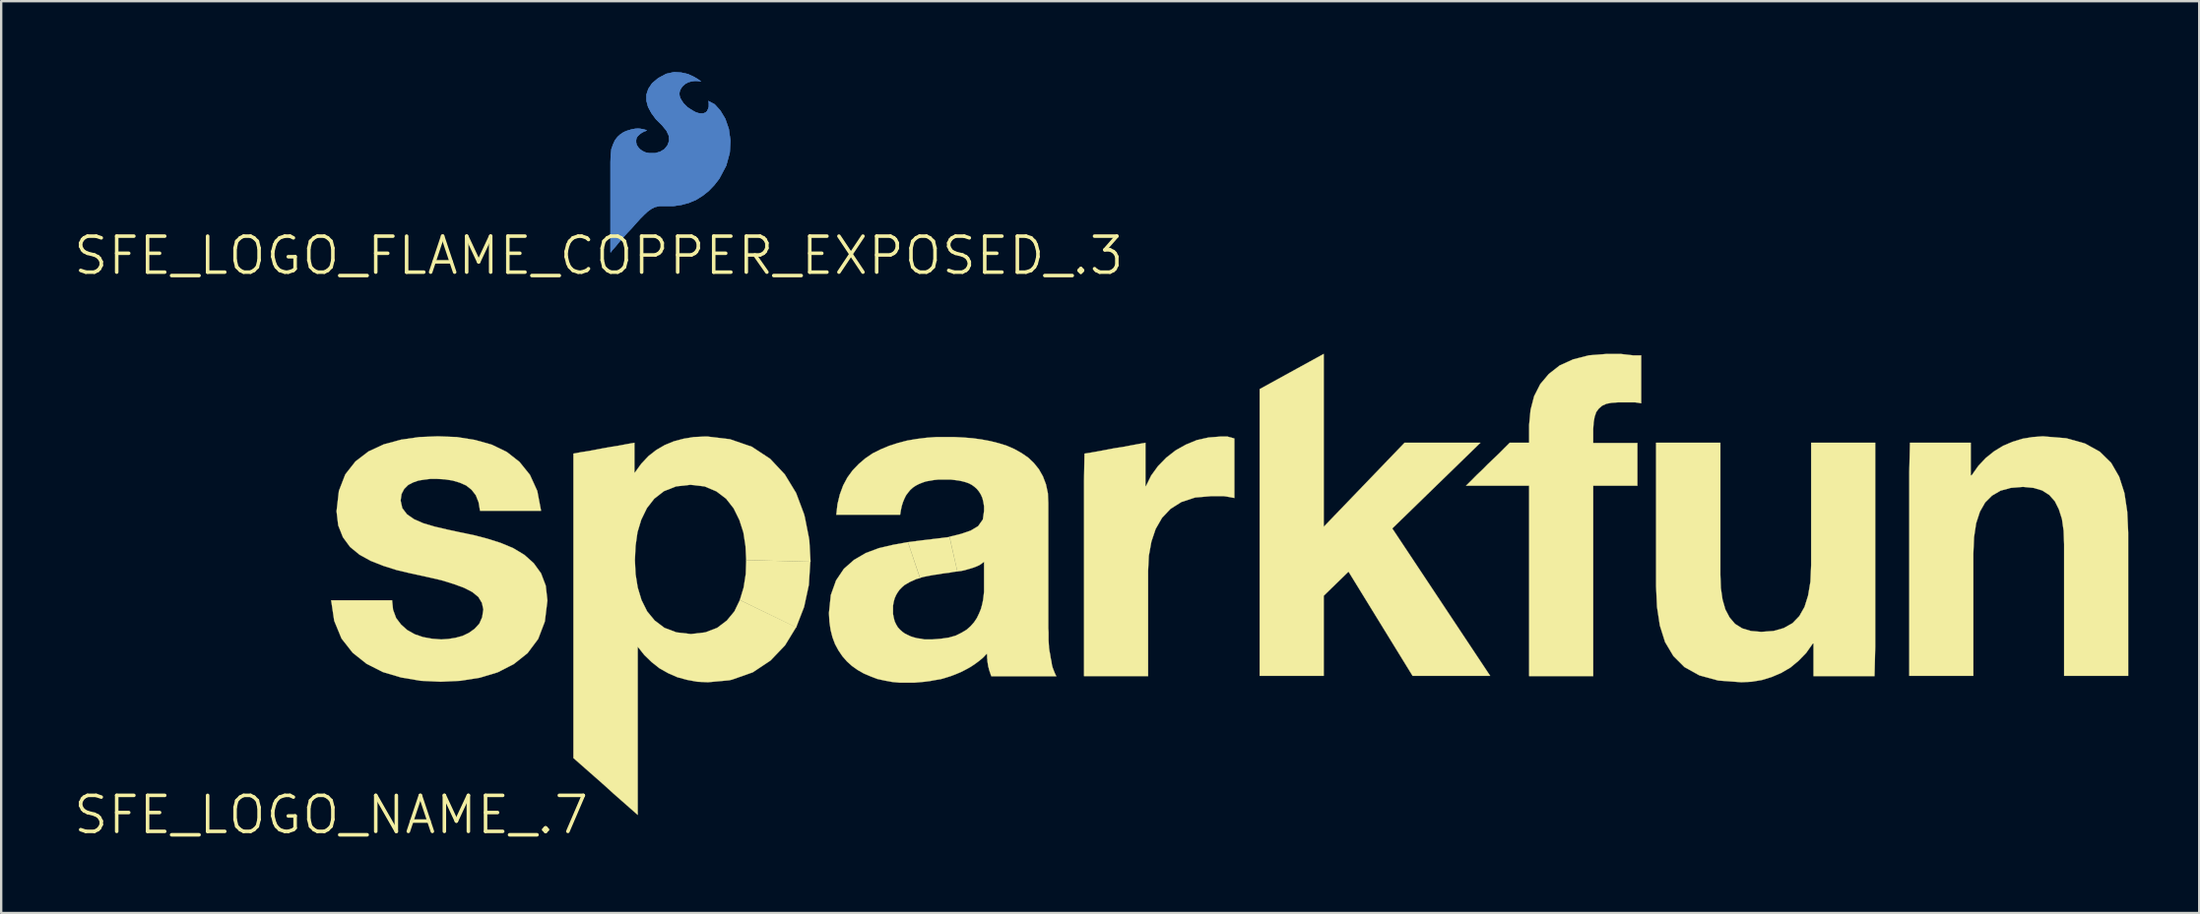
<source format=kicad_pcb>
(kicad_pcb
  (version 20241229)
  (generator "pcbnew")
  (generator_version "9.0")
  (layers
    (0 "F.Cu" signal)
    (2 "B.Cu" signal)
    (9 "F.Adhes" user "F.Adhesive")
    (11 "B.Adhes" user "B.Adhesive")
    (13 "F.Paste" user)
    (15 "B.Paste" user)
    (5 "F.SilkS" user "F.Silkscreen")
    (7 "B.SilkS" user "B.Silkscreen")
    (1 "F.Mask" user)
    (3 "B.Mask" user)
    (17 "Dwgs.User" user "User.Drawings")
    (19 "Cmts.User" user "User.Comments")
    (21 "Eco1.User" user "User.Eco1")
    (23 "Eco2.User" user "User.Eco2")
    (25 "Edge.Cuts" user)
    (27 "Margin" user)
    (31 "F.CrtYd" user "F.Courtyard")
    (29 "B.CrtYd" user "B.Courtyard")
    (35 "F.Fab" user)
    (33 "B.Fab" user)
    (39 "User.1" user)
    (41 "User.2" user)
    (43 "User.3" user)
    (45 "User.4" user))
  (footprint "SFE_LOGO_NAME_.7"
    (layer "F.Cu")
    (at 10.958 31.455)
    (property "Reference" "SFE_LOGO_NAME_.7" (at 0 0 0) (layer "F.SilkS") (effects (font (size 1.524 1.524) (thickness 0.15))))
    (attr exclude_from_pos_files exclude_from_bom)
    (fp_poly (pts (xy 17.29 -9.098) (xy 17.45 -9.629) (xy 17.539 -10.198) (xy 17.559 -10.79) (xy 20.269 -10.719) (xy 20.208 -9.738) (xy 20.008 -8.809) (xy 19.67 -7.938)) (stroke (width 0.01) (type solid)) (fill yes) (layer "F.SilkS"))
    (fp_poly (pts (xy 39.279 -18.029) (xy 41.989 -19.52) (xy 41.989 -12.2) (xy 45.408 -15.758) (xy 48.618 -15.758) (xy 44.889 -12.129) (xy 49.03 -5.888) (xy 45.748 -5.888) (xy 43.038 -10.3) (xy 41.989 -9.279) (xy 41.989 -5.888) (xy 39.279 -5.888)) (stroke (width 0.01) (type solid)) (fill yes) (layer "F.SilkS"))
    (fp_poly (pts (xy 24.399 -11.549) (xy 25.009 -11.628) (xy 25.608 -11.699) (xy 26.159 -11.768) (xy 26.49 -10.31) (xy 26.33 -10.29) (xy 26.17 -10.259) (xy 26.01 -10.239) (xy 25.85 -10.218) (xy 25.69 -10.188) (xy 25.53 -10.168) (xy 25.37 -10.14) (xy 25.209 -10.109) (xy 25.06 -10.079) (xy 24.91 -10.038)) (stroke (width 0.01) (type solid)) (fill yes) (layer "F.SilkS"))
    (fp_poly (pts (xy 31.869 -15.298) (xy 32.189 -15.349) (xy 32.52 -15.408) (xy 32.84 -15.469) (xy 33.16 -15.53) (xy 33.48 -15.578) (xy 33.8 -15.639) (xy 34.13 -15.7) (xy 34.447 -15.758) (xy 34.447 -13.919) (xy 34.468 -13.919) (xy 34.689 -14.369) (xy 34.978 -14.768) (xy 35.329 -15.128) (xy 35.728 -15.438) (xy 36.159 -15.679) (xy 36.619 -15.87) (xy 37.109 -15.979) (xy 37.62 -16.02) (xy 37.92 -16.02) (xy 37.988 -15.999) (xy 38.07 -15.979) (xy 38.138 -15.959) (xy 38.209 -15.938) (xy 38.209 -13.419) (xy 38.108 -13.439) (xy 37.998 -13.459) (xy 37.879 -13.48) (xy 37.749 -13.498) (xy 37.239 -13.498) (xy 36.548 -13.439) (xy 35.969 -13.249) (xy 35.509 -12.959) (xy 35.149 -12.578) (xy 34.879 -12.108) (xy 34.699 -11.57) (xy 34.59 -10.968) (xy 34.559 -10.328) (xy 34.559 -5.878) (xy 31.849 -5.878) (xy 31.849 -14.12)) (stroke (width 0.01) (type solid)) (fill yes) (layer "F.SilkS"))
    (fp_poly (pts (xy 65.288 -5.878) (xy 62.708 -5.878) (xy 62.708 -7.259) (xy 62.68 -7.259) (xy 62.398 -6.858) (xy 62.078 -6.528) (xy 61.73 -6.238) (xy 61.338 -6.01) (xy 60.94 -5.839) (xy 60.518 -5.71) (xy 60.089 -5.639) (xy 59.66 -5.618) (xy 58.679 -5.69) (xy 57.879 -5.908) (xy 57.249 -6.259) (xy 56.779 -6.728) (xy 56.429 -7.318) (xy 56.208 -8.019) (xy 56.088 -8.809) (xy 56.048 -9.68) (xy 56.048 -15.758) (xy 58.768 -15.758) (xy 58.768 -10.178) (xy 58.788 -9.609) (xy 58.859 -9.119) (xy 58.979 -8.7) (xy 59.159 -8.359) (xy 59.388 -8.09) (xy 59.69 -7.899) (xy 60.058 -7.788) (xy 60.498 -7.75) (xy 61.018 -7.788) (xy 61.448 -7.91) (xy 61.819 -8.118) (xy 62.108 -8.418) (xy 62.329 -8.809) (xy 62.479 -9.289) (xy 62.578 -9.878) (xy 62.608 -10.579) (xy 62.608 -15.758) (xy 65.319 -15.758) (xy 65.319 -7.12)) (stroke (width 0.01) (type solid)) (fill yes) (layer "F.SilkS"))
    (fp_poly (pts (xy 66.789 -15.758) (xy 69.36 -15.758) (xy 69.36 -14.379) (xy 69.398 -14.379) (xy 69.68 -14.778) (xy 70 -15.118) (xy 70.348 -15.397) (xy 70.729 -15.629) (xy 71.128 -15.799) (xy 71.549 -15.928) (xy 71.979 -15.999) (xy 72.408 -16.03) (xy 73.398 -15.949) (xy 74.188 -15.728) (xy 74.818 -15.38) (xy 75.298 -14.91) (xy 75.639 -14.318) (xy 75.86 -13.63) (xy 75.979 -12.84) (xy 76.02 -11.958) (xy 76.02 -5.888) (xy 73.309 -5.888) (xy 73.309 -11.458) (xy 73.289 -12.029) (xy 73.218 -12.53) (xy 73.088 -12.939) (xy 72.918 -13.279) (xy 72.68 -13.548) (xy 72.38 -13.739) (xy 72.009 -13.848) (xy 71.57 -13.889) (xy 71.059 -13.848) (xy 70.62 -13.729) (xy 70.259 -13.518) (xy 69.969 -13.228) (xy 69.748 -12.84) (xy 69.588 -12.349) (xy 69.499 -11.758) (xy 69.469 -11.059) (xy 69.469 -5.888) (xy 66.759 -5.888) (xy 66.759 -14.519)) (stroke (width 0.01) (type solid)) (fill yes) (layer "F.SilkS"))
    (fp_poly (pts (xy 50.678 -13.94) (xy 48.009 -13.94) (xy 48.24 -14.168) (xy 48.468 -14.399) (xy 48.699 -14.618) (xy 48.928 -14.849) (xy 49.169 -15.08) (xy 49.398 -15.298) (xy 49.629 -15.53) (xy 49.858 -15.758) (xy 50.678 -15.758) (xy 50.678 -16.51) (xy 50.739 -17.148) (xy 50.889 -17.729) (xy 51.148 -18.24) (xy 51.509 -18.669) (xy 51.968 -19.03) (xy 52.54 -19.289) (xy 53.208 -19.459) (xy 53.988 -19.52) (xy 54.529 -19.52) (xy 54.709 -19.5) (xy 54.889 -19.479) (xy 55.07 -19.459) (xy 55.418 -19.459) (xy 55.418 -17.429) (xy 55.298 -17.45) (xy 55.169 -17.468) (xy 54.43 -17.468) (xy 54.168 -17.45) (xy 53.95 -17.409) (xy 53.769 -17.328) (xy 53.63 -17.209) (xy 53.518 -17.059) (xy 53.449 -16.858) (xy 53.409 -16.629) (xy 53.388 -16.34) (xy 53.388 -15.748) (xy 55.258 -15.748) (xy 55.258 -13.94) (xy 53.388 -13.94) (xy 53.388 -5.878) (xy 50.678 -5.878) (xy 50.678 -12.929)) (stroke (width 0.01) (type solid)) (fill yes) (layer "F.SilkS"))
    (fp_poly (pts (xy 19.67 -7.948) (xy 19.2 -7.178) (xy 18.588 -6.538) (xy 17.838 -6.038) (xy 16.96 -5.728) (xy 16.838 -5.7) (xy 15.938 -5.618) (xy 15.489 -5.639) (xy 15.06 -5.718) (xy 14.648 -5.829) (xy 14.26 -5.999) (xy 13.889 -6.208) (xy 13.559 -6.469) (xy 13.249 -6.769) (xy 12.979 -7.109) (xy 12.969 -7.109) (xy 12.969 0) (xy 12.629 -0.3) (xy 12.289 -0.599) (xy 11.948 -0.899) (xy 11.608 -1.209) (xy 11.27 -1.509) (xy 10.93 -1.808) (xy 10.589 -2.108) (xy 10.249 -2.408) (xy 10.249 -15.298) (xy 10.579 -15.359) (xy 10.899 -15.408) (xy 11.219 -15.469) (xy 11.539 -15.53) (xy 11.869 -15.588) (xy 12.189 -15.639) (xy 12.509 -15.7) (xy 12.83 -15.758) (xy 12.83 -14.498) (xy 12.85 -14.498) (xy 13.119 -14.869) (xy 13.419 -15.189) (xy 13.749 -15.448) (xy 14.11 -15.659) (xy 14.498 -15.819) (xy 14.91 -15.928) (xy 15.339 -15.999) (xy 15.789 -16.02) (xy 15.928 -16.02) (xy 16.868 -15.908) (xy 17.798 -15.588) (xy 18.57 -15.08) (xy 19.19 -14.42) (xy 19.67 -13.63) (xy 20.008 -12.728) (xy 20.038 -12.609) (xy 20.208 -11.748) (xy 20.229 -11.618) (xy 20.279 -10.719) (xy 17.559 -10.79) (xy 17.529 -11.379) (xy 17.44 -11.958) (xy 17.269 -12.489) (xy 17.028 -12.979) (xy 16.708 -13.388) (xy 16.299 -13.698) (xy 15.799 -13.909) (xy 15.199 -13.978) (xy 14.59 -13.909) (xy 14.079 -13.708) (xy 13.668 -13.388) (xy 13.358 -12.99) (xy 13.119 -12.499) (xy 12.959 -11.968) (xy 12.878 -11.389) (xy 12.85 -10.79) (xy 12.878 -10.198) (xy 12.969 -9.629) (xy 13.129 -9.098) (xy 13.368 -8.618) (xy 13.688 -8.23) (xy 14.1 -7.92) (xy 14.608 -7.729) (xy 15.22 -7.658) (xy 15.829 -7.729) (xy 16.33 -7.92) (xy 16.739 -8.23) (xy 17.059 -8.618) (xy 17.29 -9.098)) (stroke (width 0.01) (type solid)) (fill yes) (layer "F.SilkS"))
    (fp_poly (pts (xy 2.578 -9.088) (xy 2.619 -8.689) (xy 2.748 -8.339) (xy 2.959 -8.059) (xy 3.218 -7.828) (xy 3.538 -7.648) (xy 3.889 -7.529) (xy 4.27 -7.46) (xy 4.658 -7.429) (xy 4.958 -7.45) (xy 5.258 -7.498) (xy 5.558 -7.579) (xy 5.829 -7.709) (xy 6.068 -7.879) (xy 6.269 -8.098) (xy 6.388 -8.369) (xy 6.439 -8.7) (xy 6.378 -8.979) (xy 6.228 -9.228) (xy 5.969 -9.439) (xy 5.618 -9.619) (xy 5.179 -9.779) (xy 4.658 -9.939) (xy 4.049 -10.079) (xy 3.358 -10.229) (xy 2.769 -10.368) (xy 2.2 -10.549) (xy 1.669 -10.759) (xy 1.199 -11.019) (xy 0.798 -11.349) (xy 0.498 -11.758) (xy 0.3 -12.258) (xy 0.229 -12.857) (xy 0.328 -13.719) (xy 0.599 -14.42) (xy 1.029 -14.968) (xy 1.58 -15.39) (xy 2.228 -15.69) (xy 2.959 -15.888) (xy 3.729 -15.999) (xy 4.519 -16.03) (xy 5.319 -15.999) (xy 6.078 -15.878) (xy 6.789 -15.679) (xy 7.429 -15.37) (xy 7.968 -14.948) (xy 8.41 -14.399) (xy 8.72 -13.719) (xy 8.88 -12.878) (xy 6.299 -12.878) (xy 6.238 -13.238) (xy 6.119 -13.538) (xy 5.939 -13.769) (xy 5.71 -13.95) (xy 5.438 -14.069) (xy 5.138 -14.158) (xy 4.808 -14.209) (xy 4.448 -14.229) (xy 4.209 -14.229) (xy 3.96 -14.199) (xy 3.698 -14.158) (xy 3.47 -14.079) (xy 3.259 -13.97) (xy 3.089 -13.8) (xy 2.979 -13.589) (xy 2.939 -13.31) (xy 3.01 -12.99) (xy 3.208 -12.728) (xy 3.508 -12.52) (xy 3.899 -12.349) (xy 4.369 -12.21) (xy 4.889 -12.088) (xy 5.438 -11.968) (xy 6.02 -11.849) (xy 6.599 -11.699) (xy 7.168 -11.519) (xy 7.699 -11.298) (xy 8.179 -11.008) (xy 8.57 -10.658) (xy 8.88 -10.229) (xy 9.078 -9.708) (xy 9.149 -9.078) (xy 9.04 -8.189) (xy 8.758 -7.45) (xy 8.308 -6.848) (xy 7.729 -6.388) (xy 7.048 -6.038) (xy 6.289 -5.809) (xy 5.469 -5.679) (xy 4.638 -5.639) (xy 3.79 -5.679) (xy 2.959 -5.819) (xy 2.189 -6.048) (xy 1.499 -6.398) (xy 0.909 -6.868) (xy 0.439 -7.468) (xy 0.13 -8.219) (xy 0 -9.088) (xy 2.248 -9.088)) (stroke (width 0.01) (type solid)) (fill yes) (layer "F.SilkS"))
    (fp_poly (pts (xy 24.91 -10.028) (xy 24.76 -9.99) (xy 24.628 -9.929) (xy 24.488 -9.868) (xy 24.369 -9.799) (xy 24.249 -9.728) (xy 24.148 -9.639) (xy 24.049 -9.538) (xy 23.97 -9.428) (xy 23.899 -9.309) (xy 23.838 -9.169) (xy 23.8 -9.03) (xy 23.769 -8.86) (xy 23.769 -8.509) (xy 23.8 -8.349) (xy 23.838 -8.199) (xy 23.899 -8.07) (xy 23.97 -7.948) (xy 24.059 -7.849) (xy 24.158 -7.76) (xy 24.27 -7.678) (xy 24.389 -7.62) (xy 24.519 -7.559) (xy 24.648 -7.518) (xy 24.798 -7.478) (xy 24.948 -7.46) (xy 25.098 -7.429) (xy 25.428 -7.429) (xy 25.799 -7.46) (xy 26.129 -7.508) (xy 26.419 -7.59) (xy 26.66 -7.709) (xy 26.878 -7.838) (xy 27.048 -7.988) (xy 27.198 -8.158) (xy 27.318 -8.339) (xy 27.409 -8.529) (xy 27.488 -8.72) (xy 27.539 -8.908) (xy 27.579 -9.098) (xy 27.6 -9.268) (xy 27.62 -9.439) (xy 27.62 -10.719) (xy 27.529 -10.648) (xy 27.429 -10.579) (xy 27.318 -10.528) (xy 27.188 -10.477) (xy 27.069 -10.439) (xy 26.929 -10.399) (xy 26.789 -10.358) (xy 26.64 -10.328) (xy 26.49 -10.31) (xy 26.159 -11.778) (xy 26.65 -11.9) (xy 27.059 -12.04) (xy 27.369 -12.228) (xy 27.569 -12.509) (xy 27.62 -12.868) (xy 27.62 -13.068) (xy 27.589 -13.259) (xy 27.549 -13.419) (xy 27.488 -13.559) (xy 27.409 -13.688) (xy 27.318 -13.8) (xy 27.219 -13.889) (xy 27.109 -13.97) (xy 26.98 -14.039) (xy 26.838 -14.089) (xy 26.698 -14.127) (xy 26.548 -14.158) (xy 26.388 -14.178) (xy 26.218 -14.199) (xy 25.679 -14.199) (xy 25.489 -14.178) (xy 25.319 -14.148) (xy 25.159 -14.12) (xy 25.009 -14.069) (xy 24.859 -14.008) (xy 24.729 -13.94) (xy 24.608 -13.858) (xy 24.498 -13.759) (xy 24.409 -13.65) (xy 24.318 -13.528) (xy 24.249 -13.388) (xy 24.188 -13.238) (xy 24.138 -13.078) (xy 24.1 -12.898) (xy 24.069 -12.708) (xy 21.369 -12.708) (xy 21.42 -13.16) (xy 21.519 -13.569) (xy 21.659 -13.95) (xy 21.839 -14.287) (xy 22.06 -14.59) (xy 22.319 -14.859) (xy 22.598 -15.098) (xy 22.908 -15.309) (xy 23.249 -15.479) (xy 23.609 -15.629) (xy 23.978 -15.748) (xy 24.369 -15.85) (xy 24.768 -15.918) (xy 25.179 -15.969) (xy 25.588 -15.999) (xy 26.378 -15.999) (xy 26.759 -15.979) (xy 27.14 -15.949) (xy 27.508 -15.898) (xy 27.879 -15.829) (xy 28.24 -15.738) (xy 28.588 -15.629) (xy 28.908 -15.489) (xy 29.21 -15.319) (xy 29.489 -15.128) (xy 29.728 -14.9) (xy 29.939 -14.638) (xy 30.109 -14.338) (xy 30.239 -13.998) (xy 30.32 -13.619) (xy 30.338 -13.198) (xy 30.338 -7.899) (xy 30.348 -7.729) (xy 30.348 -7.399) (xy 30.358 -7.239) (xy 30.368 -7.079) (xy 30.389 -6.929) (xy 30.419 -6.779) (xy 30.439 -6.64) (xy 30.47 -6.5) (xy 30.488 -6.368) (xy 30.518 -6.248) (xy 30.559 -6.139) (xy 30.599 -6.038) (xy 30.637 -5.949) (xy 30.678 -5.87) (xy 27.93 -5.87) (xy 27.91 -5.918) (xy 27.889 -5.979) (xy 27.869 -6.038) (xy 27.849 -6.099) (xy 27.828 -6.16) (xy 27.818 -6.218) (xy 27.798 -6.279) (xy 27.788 -6.34) (xy 27.78 -6.398) (xy 27.77 -6.459) (xy 27.76 -6.518) (xy 27.76 -6.579) (xy 27.75 -6.64) (xy 27.75 -6.769) (xy 27.739 -6.828) (xy 27.579 -6.66) (xy 27.409 -6.518) (xy 27.219 -6.378) (xy 27.038 -6.259) (xy 26.838 -6.149) (xy 26.64 -6.048) (xy 26.429 -5.959) (xy 26.218 -5.878) (xy 25.999 -5.809) (xy 25.789 -5.748) (xy 25.557 -5.71) (xy 25.339 -5.669) (xy 25.108 -5.639) (xy 24.879 -5.618) (xy 24.648 -5.598) (xy 24.069 -5.598) (xy 23.739 -5.629) (xy 23.409 -5.69) (xy 23.099 -5.758) (xy 22.809 -5.87) (xy 22.53 -5.989) (xy 22.268 -6.139) (xy 22.029 -6.309) (xy 21.819 -6.5) (xy 21.628 -6.718) (xy 21.458 -6.97) (xy 21.318 -7.229) (xy 21.209 -7.518) (xy 21.128 -7.838) (xy 21.079 -8.179) (xy 21.059 -8.55) (xy 21.138 -9.309) (xy 21.359 -9.929) (xy 21.689 -10.419) (xy 22.118 -10.798) (xy 22.619 -11.09) (xy 23.177 -11.298) (xy 23.779 -11.438) (xy 24.399 -11.549)) (stroke (width 0.01) (type solid)) (fill yes) (layer "F.SilkS")))
  (footprint "SFE_LOGO_FLAME_COPPER_EXPOSED_.3"
    (layer "F.Cu")
    (at 22.279 7.775)
    (property "Reference" "SFE_LOGO_FLAME_COPPER_EXPOSED_.3" (at 0 0 0) (layer "F.SilkS") (effects (font (size 1.524 1.524) (thickness 0.15))))
    (attr exclude_from_pos_files exclude_from_bom)
    (fp_poly (pts (xy 4.648 -6.538) (xy 4.648 -6.518) (xy 4.658 -6.469) (xy 4.658 -6.309) (xy 4.628 -6.218) (xy 4.59 -6.129) (xy 4.519 -6.058) (xy 4.409 -6.02) (xy 4.308 -6.02) (xy 4.199 -6.038) (xy 4.089 -6.078) (xy 3.978 -6.139) (xy 3.759 -6.279) (xy 3.579 -6.459) (xy 3.508 -6.568) (xy 3.449 -6.668) (xy 3.419 -6.759) (xy 3.409 -6.858) (xy 3.419 -6.939) (xy 3.449 -7.028) (xy 3.498 -7.109) (xy 3.559 -7.188) (xy 3.668 -7.28) (xy 3.8 -7.348) (xy 3.919 -7.379) (xy 4.049 -7.399) (xy 4.148 -7.399) (xy 4.239 -7.389) (xy 4.298 -7.379) (xy 4.318 -7.379) (xy 4.28 -7.409) (xy 4.168 -7.488) (xy 3.988 -7.59) (xy 3.769 -7.689) (xy 3.49 -7.75) (xy 3.188 -7.77) (xy 2.857 -7.699) (xy 2.52 -7.518) (xy 2.258 -7.3) (xy 2.098 -7.059) (xy 2.019 -6.82) (xy 2.019 -6.558) (xy 2.088 -6.299) (xy 2.228 -6.038) (xy 2.418 -5.779) (xy 2.68 -5.519) (xy 2.868 -5.288) (xy 2.969 -5.07) (xy 2.979 -4.859) (xy 2.908 -4.669) (xy 2.779 -4.508) (xy 2.598 -4.399) (xy 2.38 -4.338) (xy 2.139 -4.338) (xy 1.979 -4.369) (xy 1.849 -4.43) (xy 1.74 -4.508) (xy 1.659 -4.6) (xy 1.598 -4.699) (xy 1.58 -4.798) (xy 1.58 -4.9) (xy 1.598 -4.989) (xy 1.648 -5.06) (xy 1.709 -5.118) (xy 1.778 -5.179) (xy 1.918 -5.258) (xy 1.979 -5.278) (xy 2.009 -5.298) (xy 2.029 -5.309) (xy 2.009 -5.319) (xy 1.958 -5.329) (xy 1.89 -5.349) (xy 1.778 -5.37) (xy 1.659 -5.38) (xy 1.519 -5.37) (xy 1.369 -5.339) (xy 1.199 -5.288) (xy 1.059 -5.23) (xy 0.919 -5.138) (xy 0.798 -5.029) (xy 0.688 -4.889) (xy 0.61 -4.719) (xy 0.538 -4.519) (xy 0.508 -4.27) (xy 0.498 -3.978) (xy 0.498 -0.14) (xy 0.518 -0.157) (xy 0.569 -0.229) (xy 0.658 -0.328) (xy 0.77 -0.46) (xy 0.899 -0.62) (xy 1.049 -0.79) (xy 1.219 -0.978) (xy 1.4 -1.168) (xy 1.587 -1.379) (xy 1.758 -1.57) (xy 1.918 -1.73) (xy 2.068 -1.869) (xy 2.22 -1.979) (xy 2.38 -2.06) (xy 2.558 -2.098) (xy 3.139 -2.098) (xy 3.49 -2.149) (xy 3.818 -2.238) (xy 4.128 -2.37) (xy 4.409 -2.548) (xy 4.658 -2.748) (xy 4.889 -2.99) (xy 5.098 -3.259) (xy 5.39 -3.81) (xy 5.54 -4.359) (xy 5.568 -4.879) (xy 5.499 -5.37) (xy 5.349 -5.799) (xy 5.138 -6.149) (xy 4.9 -6.408) (xy 4.638 -6.548)) (stroke (width 0.01) (type solid)) (fill yes) (layer "B.Cu"))
    (fp_poly (pts (xy 4.648 -6.538) (xy 4.648 -6.518) (xy 4.658 -6.469) (xy 4.658 -6.309) (xy 4.628 -6.218) (xy 4.59 -6.129) (xy 4.519 -6.058) (xy 4.409 -6.02) (xy 4.308 -6.02) (xy 4.199 -6.038) (xy 4.089 -6.078) (xy 3.978 -6.139) (xy 3.868 -6.208) (xy 3.759 -6.279) (xy 3.668 -6.368) (xy 3.579 -6.459) (xy 3.508 -6.568) (xy 3.449 -6.668) (xy 3.419 -6.759) (xy 3.409 -6.858) (xy 3.419 -6.939) (xy 3.449 -7.028) (xy 3.498 -7.109) (xy 3.559 -7.188) (xy 3.668 -7.28) (xy 3.8 -7.348) (xy 3.919 -7.379) (xy 4.049 -7.399) (xy 4.148 -7.399) (xy 4.239 -7.389) (xy 4.298 -7.379) (xy 4.318 -7.379) (xy 4.28 -7.409) (xy 4.168 -7.488) (xy 3.988 -7.59) (xy 3.769 -7.689) (xy 3.49 -7.75) (xy 3.188 -7.77) (xy 2.857 -7.699) (xy 2.52 -7.518) (xy 2.258 -7.3) (xy 2.098 -7.059) (xy 2.019 -6.82) (xy 2.019 -6.558) (xy 2.088 -6.299) (xy 2.228 -6.038) (xy 2.418 -5.779) (xy 2.68 -5.519) (xy 2.868 -5.288) (xy 2.969 -5.07) (xy 2.979 -4.859) (xy 2.908 -4.669) (xy 2.779 -4.508) (xy 2.598 -4.399) (xy 2.38 -4.338) (xy 2.139 -4.338) (xy 1.979 -4.369) (xy 1.849 -4.43) (xy 1.74 -4.508) (xy 1.659 -4.6) (xy 1.598 -4.699) (xy 1.58 -4.798) (xy 1.58 -4.9) (xy 1.598 -4.989) (xy 1.648 -5.06) (xy 1.709 -5.118) (xy 1.778 -5.179) (xy 1.849 -5.22) (xy 1.918 -5.258) (xy 1.979 -5.278) (xy 2.009 -5.298) (xy 2.029 -5.309) (xy 2.009 -5.319) (xy 1.958 -5.329) (xy 1.89 -5.349) (xy 1.778 -5.37) (xy 1.659 -5.38) (xy 1.519 -5.37) (xy 1.369 -5.339) (xy 1.199 -5.288) (xy 1.059 -5.23) (xy 0.919 -5.138) (xy 0.798 -5.029) (xy 0.688 -4.889) (xy 0.61 -4.719) (xy 0.538 -4.519) (xy 0.508 -4.27) (xy 0.498 -3.978) (xy 0.498 -0.14) (xy 0.518 -0.157) (xy 0.569 -0.229) (xy 0.658 -0.328) (xy 0.77 -0.46) (xy 0.899 -0.62) (xy 1.049 -0.79) (xy 1.219 -0.978) (xy 1.4 -1.168) (xy 1.587 -1.379) (xy 1.758 -1.57) (xy 1.918 -1.73) (xy 2.068 -1.869) (xy 2.22 -1.979) (xy 2.38 -2.06) (xy 2.558 -2.098) (xy 3.139 -2.098) (xy 3.49 -2.149) (xy 3.818 -2.238) (xy 4.128 -2.37) (xy 4.409 -2.548) (xy 4.658 -2.748) (xy 4.889 -2.99) (xy 5.098 -3.259) (xy 5.39 -3.81) (xy 5.54 -4.359) (xy 5.568 -4.879) (xy 5.499 -5.37) (xy 5.349 -5.799) (xy 5.138 -6.149) (xy 4.9 -6.408) (xy 4.638 -6.548)) (stroke (width 0.01) (type solid)) (fill yes) (layer "B.Cu")))
  (gr_rect
    (start -3 -3)
    (end 89.983 35.609)
    (stroke (width 0.1) (type default))
    (fill no)
    (layer "Edge.Cuts")))
</source>
